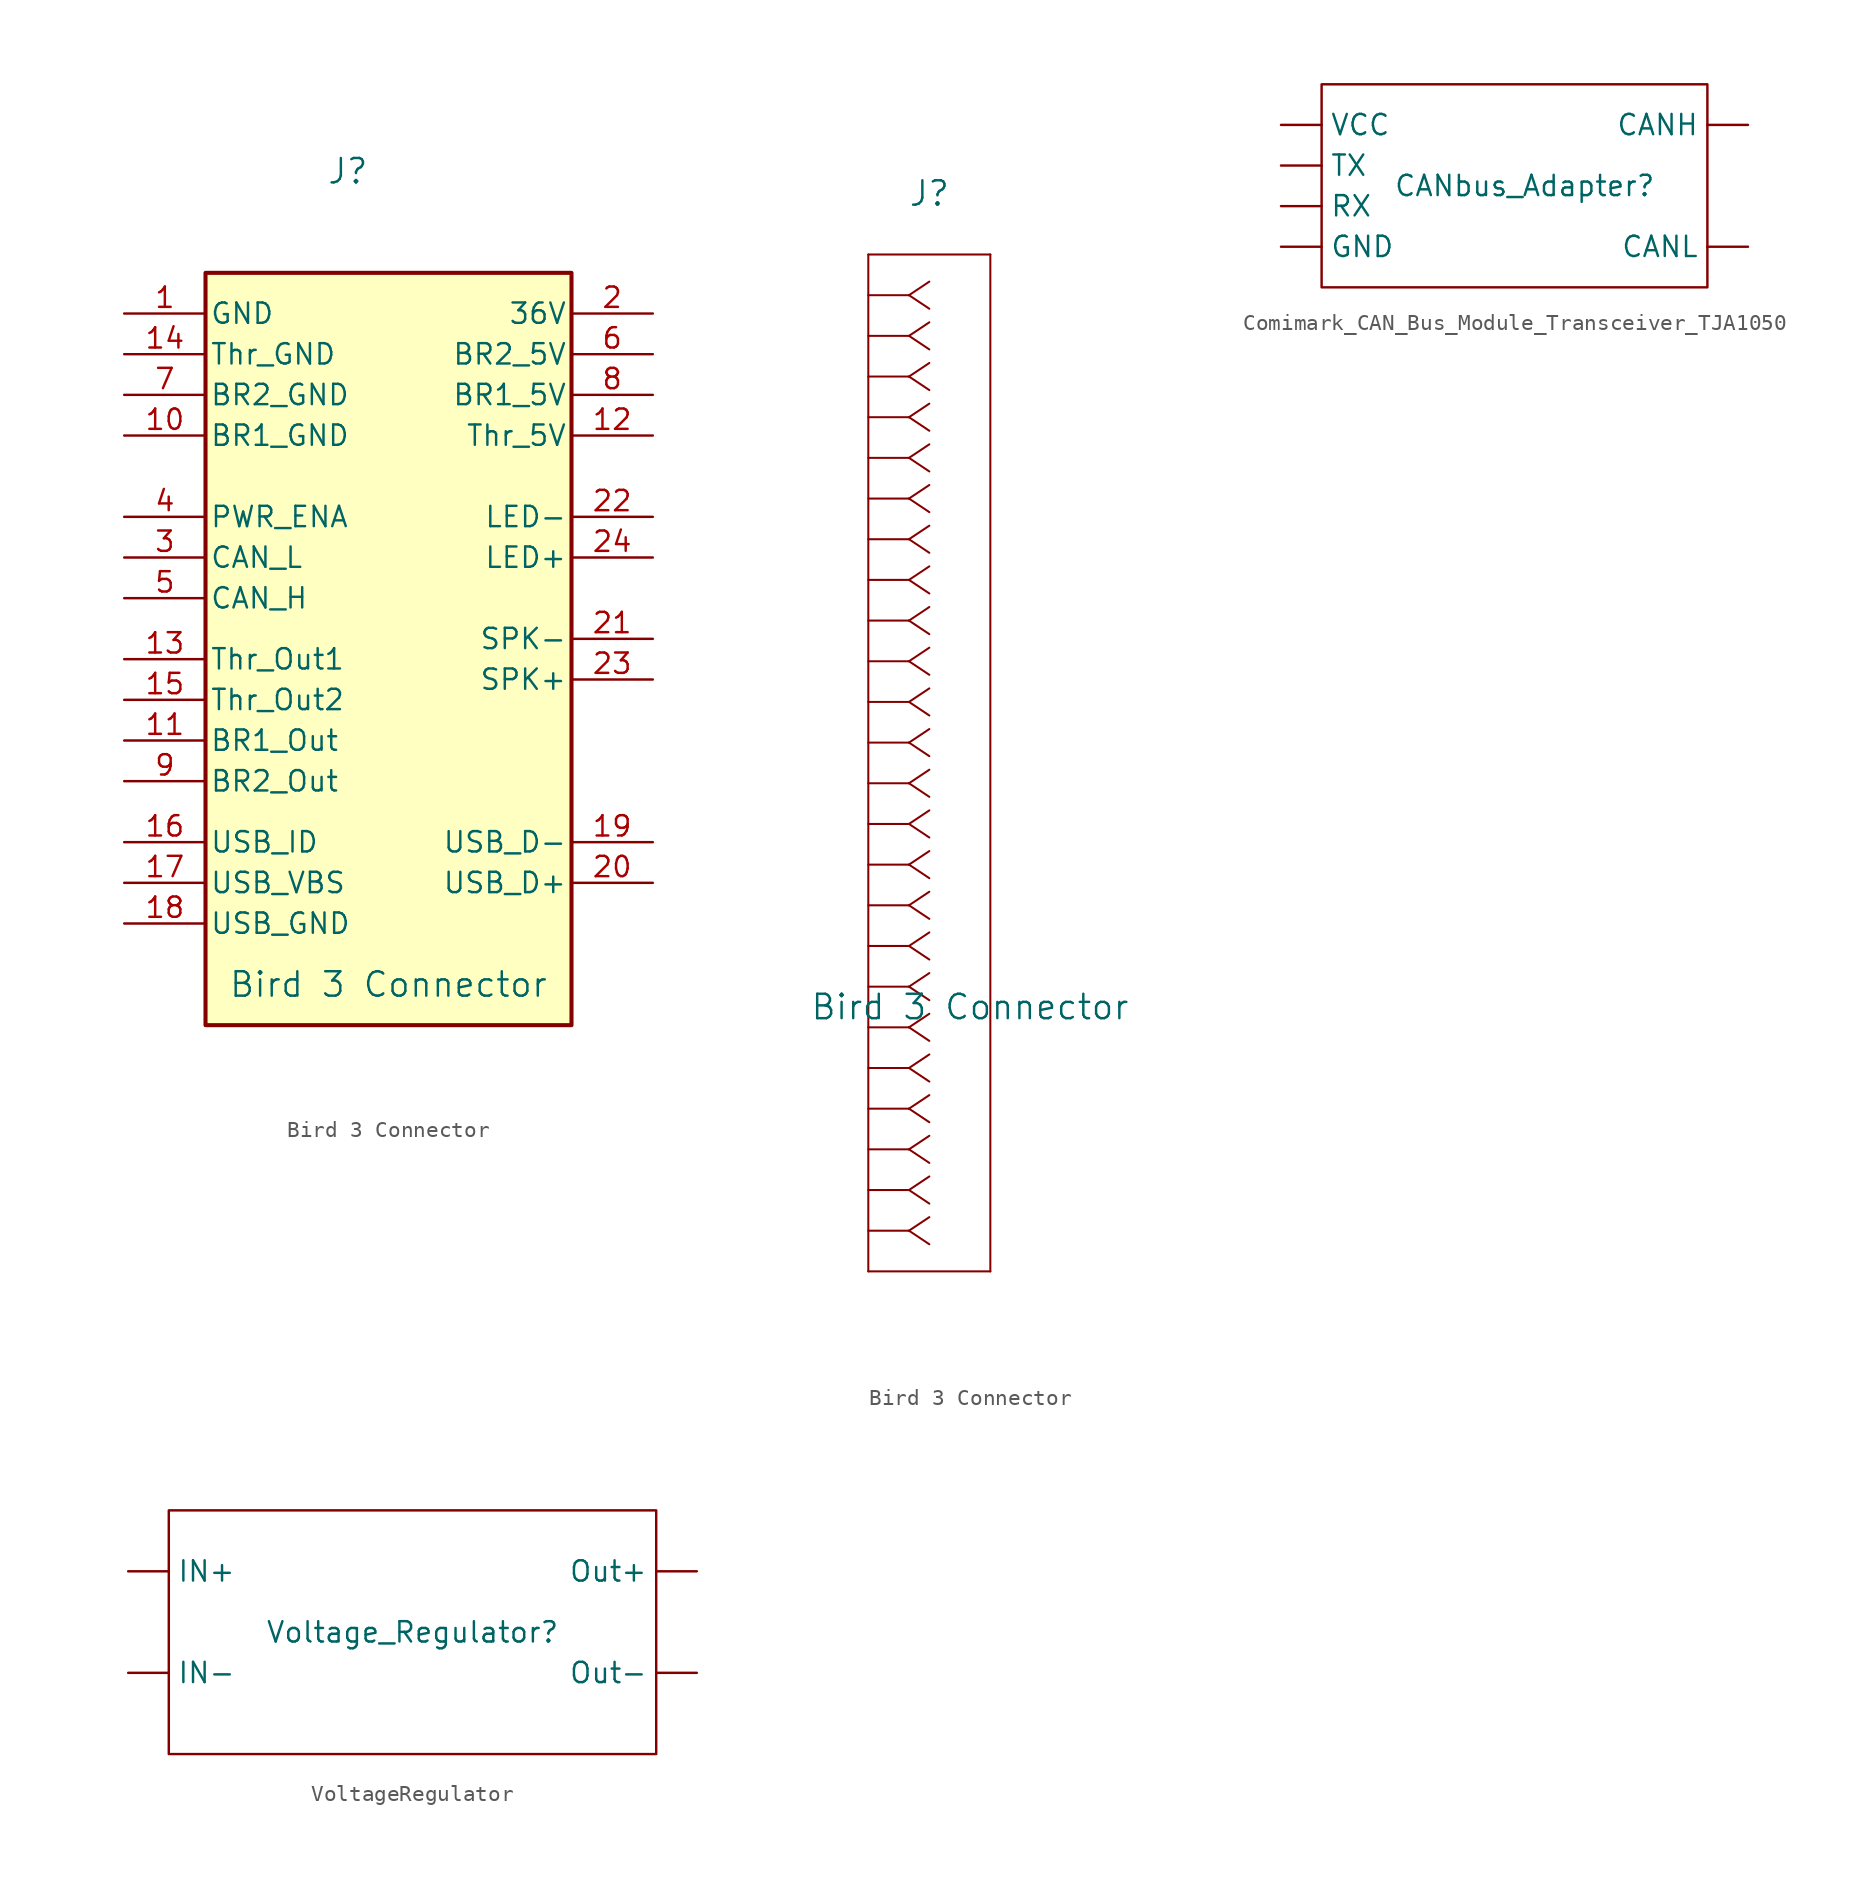
<source format=kicad_sym>
(kicad_symbol_lib
  (version 20220914)
  (generator kicad_symbol_editor)
  (symbol "Bird 3 Connector"
    (pin_names
      (offset 0.254))
    (property "Reference" "J"
      (at 8.89 6.35 0)
      (effects (font (size 1.524 1.524))))
    (property "Value" "Bird 3 Connector"
      (at 11.43 -44.45 0)
      (do_not_autoplace)
      (effects (font (size 1.524 1.524))))
    (property "ki_locked" ""
      (at 0 0 0)
      (effects (font (size 1.27 1.27))))
    (symbol "Bird 3 Connector_1_1"
      (rectangle (start 0 0) (end 22.86 -46.99) (stroke (width 0.254) (type default)) (fill (type background)))
      (pin passive line (at -5.08 -2.54 0) (length 5.08) (name "GND" (effects (font (size 1.27 1.27)))) (number "1" (effects (font (size 1.27 1.27)))))
      (pin unspecified line (at -5.08 -10.16 0) (length 5.08) (name "BR1_GND" (effects (font (size 1.27 1.27)))) (number "10" (effects (font (size 1.27 1.27)))))
      (pin output line (at -5.08 -29.21 0) (length 5.08) (name "BR1_Out" (effects (font (size 1.27 1.27)))) (number "11" (effects (font (size 1.27 1.27)))))
      (pin power_in line (at 27.94 -10.16 180) (length 5.08) (name "Thr_5V" (effects (font (size 1.27 1.27)))) (number "12" (effects (font (size 1.27 1.27)))))
      (pin output line (at -5.08 -24.13 0) (length 5.08) (name "Thr_Out1" (effects (font (size 1.27 1.27)))) (number "13" (effects (font (size 1.27 1.27)))))
      (pin unspecified line (at -5.08 -5.08 0) (length 5.08) (name "Thr_GND" (effects (font (size 1.27 1.27)))) (number "14" (effects (font (size 1.27 1.27)))))
      (pin output line (at -5.08 -26.67 0) (length 5.08) (name "Thr_Out2" (effects (font (size 1.27 1.27)))) (number "15" (effects (font (size 1.27 1.27)))))
      (pin unspecified line (at -5.08 -35.56 0) (length 5.08) (name "USB_ID" (effects (font (size 1.27 1.27)))) (number "16" (effects (font (size 1.27 1.27)))))
      (pin unspecified line (at -5.08 -38.1 0) (length 5.08) (name "USB_VBS" (effects (font (size 1.27 1.27)))) (number "17" (effects (font (size 1.27 1.27)))))
      (pin unspecified line (at -5.08 -40.64 0) (length 5.08) (name "USB_GND" (effects (font (size 1.27 1.27)))) (number "18" (effects (font (size 1.27 1.27)))))
      (pin unspecified line (at 27.94 -35.56 180) (length 5.08) (name "USB_D-" (effects (font (size 1.27 1.27)))) (number "19" (effects (font (size 1.27 1.27)))))
      (pin power_out line (at 27.94 -2.54 180) (length 5.08) (name "36V" (effects (font (size 1.27 1.27)))) (number "2" (effects (font (size 1.27 1.27)))))
      (pin unspecified line (at 27.94 -38.1 180) (length 5.08) (name "USB_D+" (effects (font (size 1.27 1.27)))) (number "20" (effects (font (size 1.27 1.27)))))
      (pin unspecified line (at 27.94 -22.86 180) (length 5.08) (name "SPK-" (effects (font (size 1.27 1.27)))) (number "21" (effects (font (size 1.27 1.27)))))
      (pin passive line (at 27.94 -15.24 180) (length 5.08) (name "LED-" (effects (font (size 1.27 1.27)))) (number "22" (effects (font (size 1.27 1.27)))))
      (pin unspecified line (at 27.94 -25.4 180) (length 5.08) (name "SPK+" (effects (font (size 1.27 1.27)))) (number "23" (effects (font (size 1.27 1.27)))))
      (pin power_out line (at 27.94 -17.78 180) (length 5.08) (name "LED+" (effects (font (size 1.27 1.27)))) (number "24" (effects (font (size 1.27 1.27)))))
      (pin bidirectional line (at -5.08 -17.78 0) (length 5.08) (name "CAN_L" (effects (font (size 1.27 1.27)))) (number "3" (effects (font (size 1.27 1.27)))))
      (pin input line (at -5.08 -15.24 0) (length 5.08) (name "PWR_ENA" (effects (font (size 1.27 1.27)))) (number "4" (effects (font (size 1.27 1.27)))))
      (pin bidirectional line (at -5.08 -20.32 0) (length 5.08) (name "CAN_H" (effects (font (size 1.27 1.27)))) (number "5" (effects (font (size 1.27 1.27)))))
      (pin power_in line (at 27.94 -5.08 180) (length 5.08) (name "BR2_5V" (effects (font (size 1.27 1.27)))) (number "6" (effects (font (size 1.27 1.27)))))
      (pin unspecified line (at -5.08 -7.62 0) (length 5.08) (name "BR2_GND" (effects (font (size 1.27 1.27)))) (number "7" (effects (font (size 1.27 1.27)))))
      (pin power_in line (at 27.94 -7.62 180) (length 5.08) (name "BR1_5V" (effects (font (size 1.27 1.27)))) (number "8" (effects (font (size 1.27 1.27)))))
      (pin output line (at -5.08 -31.75 0) (length 5.08) (name "BR2_Out" (effects (font (size 1.27 1.27)))) (number "9" (effects (font (size 1.27 1.27))))))
    (symbol "Bird 3 Connector_1_2"
      (polyline (pts (xy 5.08 -60.96) (xy 12.7 -60.96)) (stroke (width 0.127) (type default)) (fill (type none)))
      (polyline (pts (xy 5.08 2.54) (xy 5.08 -60.96)) (stroke (width 0.127) (type default)) (fill (type none)))
      (polyline (pts (xy 7.62 -58.42) (xy 5.08 -58.42)) (stroke (width 0.127) (type default)) (fill (type none)))
      (polyline (pts (xy 7.62 -58.42) (xy 8.89 -59.267)) (stroke (width 0.127) (type default)) (fill (type none)))
      (polyline (pts (xy 7.62 -58.42) (xy 8.89 -57.573)) (stroke (width 0.127) (type default)) (fill (type none)))
      (polyline (pts (xy 7.62 -55.88) (xy 5.08 -55.88)) (stroke (width 0.127) (type default)) (fill (type none)))
      (polyline (pts (xy 7.62 -55.88) (xy 8.89 -56.727)) (stroke (width 0.127) (type default)) (fill (type none)))
      (polyline (pts (xy 7.62 -55.88) (xy 8.89 -55.033)) (stroke (width 0.127) (type default)) (fill (type none)))
      (polyline (pts (xy 7.62 -53.34) (xy 5.08 -53.34)) (stroke (width 0.127) (type default)) (fill (type none)))
      (polyline (pts (xy 7.62 -53.34) (xy 8.89 -54.187)) (stroke (width 0.127) (type default)) (fill (type none)))
      (polyline (pts (xy 7.62 -53.34) (xy 8.89 -52.493)) (stroke (width 0.127) (type default)) (fill (type none)))
      (polyline (pts (xy 7.62 -50.8) (xy 5.08 -50.8)) (stroke (width 0.127) (type default)) (fill (type none)))
      (polyline (pts (xy 7.62 -50.8) (xy 8.89 -51.647)) (stroke (width 0.127) (type default)) (fill (type none)))
      (polyline (pts (xy 7.62 -50.8) (xy 8.89 -49.953)) (stroke (width 0.127) (type default)) (fill (type none)))
      (polyline (pts (xy 7.62 -48.26) (xy 5.08 -48.26)) (stroke (width 0.127) (type default)) (fill (type none)))
      (polyline (pts (xy 7.62 -48.26) (xy 8.89 -49.107)) (stroke (width 0.127) (type default)) (fill (type none)))
      (polyline (pts (xy 7.62 -48.26) (xy 8.89 -47.413)) (stroke (width 0.127) (type default)) (fill (type none)))
      (polyline (pts (xy 7.62 -45.72) (xy 5.08 -45.72)) (stroke (width 0.127) (type default)) (fill (type none)))
      (polyline (pts (xy 7.62 -45.72) (xy 8.89 -46.567)) (stroke (width 0.127) (type default)) (fill (type none)))
      (polyline (pts (xy 7.62 -45.72) (xy 8.89 -44.873)) (stroke (width 0.127) (type default)) (fill (type none)))
      (polyline (pts (xy 7.62 -43.18) (xy 5.08 -43.18)) (stroke (width 0.127) (type default)) (fill (type none)))
      (polyline (pts (xy 7.62 -43.18) (xy 8.89 -44.027)) (stroke (width 0.127) (type default)) (fill (type none)))
      (polyline (pts (xy 7.62 -43.18) (xy 8.89 -42.333)) (stroke (width 0.127) (type default)) (fill (type none)))
      (polyline (pts (xy 7.62 -40.64) (xy 5.08 -40.64)) (stroke (width 0.127) (type default)) (fill (type none)))
      (polyline (pts (xy 7.62 -40.64) (xy 8.89 -41.487)) (stroke (width 0.127) (type default)) (fill (type none)))
      (polyline (pts (xy 7.62 -40.64) (xy 8.89 -39.793)) (stroke (width 0.127) (type default)) (fill (type none)))
      (polyline (pts (xy 7.62 -38.1) (xy 5.08 -38.1)) (stroke (width 0.127) (type default)) (fill (type none)))
      (polyline (pts (xy 7.62 -38.1) (xy 8.89 -38.947)) (stroke (width 0.127) (type default)) (fill (type none)))
      (polyline (pts (xy 7.62 -38.1) (xy 8.89 -37.253)) (stroke (width 0.127) (type default)) (fill (type none)))
      (polyline (pts (xy 7.62 -35.56) (xy 5.08 -35.56)) (stroke (width 0.127) (type default)) (fill (type none)))
      (polyline (pts (xy 7.62 -35.56) (xy 8.89 -36.407)) (stroke (width 0.127) (type default)) (fill (type none)))
      (polyline (pts (xy 7.62 -35.56) (xy 8.89 -34.713)) (stroke (width 0.127) (type default)) (fill (type none)))
      (polyline (pts (xy 7.62 -33.02) (xy 5.08 -33.02)) (stroke (width 0.127) (type default)) (fill (type none)))
      (polyline (pts (xy 7.62 -33.02) (xy 8.89 -33.867)) (stroke (width 0.127) (type default)) (fill (type none)))
      (polyline (pts (xy 7.62 -33.02) (xy 8.89 -32.173)) (stroke (width 0.127) (type default)) (fill (type none)))
      (polyline (pts (xy 7.62 -30.48) (xy 5.08 -30.48)) (stroke (width 0.127) (type default)) (fill (type none)))
      (polyline (pts (xy 7.62 -30.48) (xy 8.89 -31.327)) (stroke (width 0.127) (type default)) (fill (type none)))
      (polyline (pts (xy 7.62 -30.48) (xy 8.89 -29.633)) (stroke (width 0.127) (type default)) (fill (type none)))
      (polyline (pts (xy 7.62 -27.94) (xy 5.08 -27.94)) (stroke (width 0.127) (type default)) (fill (type none)))
      (polyline (pts (xy 7.62 -27.94) (xy 8.89 -28.787)) (stroke (width 0.127) (type default)) (fill (type none)))
      (polyline (pts (xy 7.62 -27.94) (xy 8.89 -27.093)) (stroke (width 0.127) (type default)) (fill (type none)))
      (polyline (pts (xy 7.62 -25.4) (xy 5.08 -25.4)) (stroke (width 0.127) (type default)) (fill (type none)))
      (polyline (pts (xy 7.62 -25.4) (xy 8.89 -26.247)) (stroke (width 0.127) (type default)) (fill (type none)))
      (polyline (pts (xy 7.62 -25.4) (xy 8.89 -24.553)) (stroke (width 0.127) (type default)) (fill (type none)))
      (polyline (pts (xy 7.62 -22.86) (xy 5.08 -22.86)) (stroke (width 0.127) (type default)) (fill (type none)))
      (polyline (pts (xy 7.62 -22.86) (xy 8.89 -23.707)) (stroke (width 0.127) (type default)) (fill (type none)))
      (polyline (pts (xy 7.62 -22.86) (xy 8.89 -22.013)) (stroke (width 0.127) (type default)) (fill (type none)))
      (polyline (pts (xy 7.62 -20.32) (xy 5.08 -20.32)) (stroke (width 0.127) (type default)) (fill (type none)))
      (polyline (pts (xy 7.62 -20.32) (xy 8.89 -21.167)) (stroke (width 0.127) (type default)) (fill (type none)))
      (polyline (pts (xy 7.62 -20.32) (xy 8.89 -19.473)) (stroke (width 0.127) (type default)) (fill (type none)))
      (polyline (pts (xy 7.62 -17.78) (xy 5.08 -17.78)) (stroke (width 0.127) (type default)) (fill (type none)))
      (polyline (pts (xy 7.62 -17.78) (xy 8.89 -18.627)) (stroke (width 0.127) (type default)) (fill (type none)))
      (polyline (pts (xy 7.62 -17.78) (xy 8.89 -16.933)) (stroke (width 0.127) (type default)) (fill (type none)))
      (polyline (pts (xy 7.62 -15.24) (xy 5.08 -15.24)) (stroke (width 0.127) (type default)) (fill (type none)))
      (polyline (pts (xy 7.62 -15.24) (xy 8.89 -16.087)) (stroke (width 0.127) (type default)) (fill (type none)))
      (polyline (pts (xy 7.62 -15.24) (xy 8.89 -14.393)) (stroke (width 0.127) (type default)) (fill (type none)))
      (polyline (pts (xy 7.62 -12.7) (xy 5.08 -12.7)) (stroke (width 0.127) (type default)) (fill (type none)))
      (polyline (pts (xy 7.62 -12.7) (xy 8.89 -13.547)) (stroke (width 0.127) (type default)) (fill (type none)))
      (polyline (pts (xy 7.62 -12.7) (xy 8.89 -11.853)) (stroke (width 0.127) (type default)) (fill (type none)))
      (polyline (pts (xy 7.62 -10.16) (xy 5.08 -10.16)) (stroke (width 0.127) (type default)) (fill (type none)))
      (polyline (pts (xy 7.62 -10.16) (xy 8.89 -11.007)) (stroke (width 0.127) (type default)) (fill (type none)))
      (polyline (pts (xy 7.62 -10.16) (xy 8.89 -9.313)) (stroke (width 0.127) (type default)) (fill (type none)))
      (polyline (pts (xy 7.62 -7.62) (xy 5.08 -7.62)) (stroke (width 0.127) (type default)) (fill (type none)))
      (polyline (pts (xy 7.62 -7.62) (xy 8.89 -8.467)) (stroke (width 0.127) (type default)) (fill (type none)))
      (polyline (pts (xy 7.62 -7.62) (xy 8.89 -6.773)) (stroke (width 0.127) (type default)) (fill (type none)))
      (polyline (pts (xy 7.62 -5.08) (xy 5.08 -5.08)) (stroke (width 0.127) (type default)) (fill (type none)))
      (polyline (pts (xy 7.62 -5.08) (xy 8.89 -5.927)) (stroke (width 0.127) (type default)) (fill (type none)))
      (polyline (pts (xy 7.62 -5.08) (xy 8.89 -4.233)) (stroke (width 0.127) (type default)) (fill (type none)))
      (polyline (pts (xy 7.62 -2.54) (xy 5.08 -2.54)) (stroke (width 0.127) (type default)) (fill (type none)))
      (polyline (pts (xy 7.62 -2.54) (xy 8.89 -3.387)) (stroke (width 0.127) (type default)) (fill (type none)))
      (polyline (pts (xy 7.62 -2.54) (xy 8.89 -1.693)) (stroke (width 0.127) (type default)) (fill (type none)))
      (polyline (pts (xy 7.62 0) (xy 5.08 0)) (stroke (width 0.127) (type default)) (fill (type none)))
      (polyline (pts (xy 7.62 0) (xy 8.89 -0.847)) (stroke (width 0.127) (type default)) (fill (type none)))
      (polyline (pts (xy 7.62 0) (xy 8.89 0.847)) (stroke (width 0.127) (type default)) (fill (type none)))
      (polyline (pts (xy 12.7 -60.96) (xy 12.7 2.54)) (stroke (width 0.127) (type default)) (fill (type none)))
      (polyline (pts (xy 12.7 2.54) (xy 5.08 2.54)) (stroke (width 0.127) (type default)) (fill (type none)))))
  (symbol "Comimark_CAN_Bus_Module_Transceiver_TJA1050"
    (property "Reference" "CANbus_Adapter"
      (at 0 0 0)
      (effects (font (size 1.27 1.27))))
    (property "Value" ""
      (at 0 0 0)
      (effects (font (size 1.27 1.27))))
    (symbol "Comimark_CAN_Bus_Module_Transceiver_TJA1050_0_1"
      (rectangle (start -12.7 6.35) (end 11.43 -6.35) (stroke (width 0) (type default)) (fill (type none))))
    (symbol "Comimark_CAN_Bus_Module_Transceiver_TJA1050_1_1"
      (pin bidirectional line (at 13.97 3.81 180) (length 2.54) (name "CANH" (effects (font (size 1.27 1.27)))) (number "" (effects (font (size 1.27 1.27)))))
      (pin bidirectional line (at 13.97 -3.81 180) (length 2.54) (name "CANL" (effects (font (size 1.27 1.27)))) (number "" (effects (font (size 1.27 1.27)))))
      (pin power_in line (at -15.24 -3.81 0) (length 2.54) (name "GND" (effects (font (size 1.27 1.27)))) (number "" (effects (font (size 1.27 1.27)))))
      (pin output line (at -15.24 -1.27 0) (length 2.54) (name "RX" (effects (font (size 1.27 1.27)))) (number "" (effects (font (size 1.27 1.27)))))
      (pin input line (at -15.24 1.27 0) (length 2.54) (name "TX" (effects (font (size 1.27 1.27)))) (number "" (effects (font (size 1.27 1.27)))))
      (pin power_in line (at -15.24 3.81 0) (length 2.54) (name "VCC" (effects (font (size 1.27 1.27)))) (number "" (effects (font (size 1.27 1.27)))))))
  (symbol "VoltageRegulator"
    (property "Reference" "Voltage_Regulator"
      (at 0 0 0)
      (effects (font (size 1.27 1.27))))
    (property "Value" ""
      (at 0 0 0)
      (effects (font (size 1.27 1.27))))
    (symbol "VoltageRegulator_0_1"
      (rectangle (start -15.24 7.62) (end 15.24 -7.62) (stroke (width 0) (type default)) (fill (type none))))
    (symbol "VoltageRegulator_1_1"
      (pin power_in line (at -17.78 3.81 0) (length 2.54) (name "IN+" (effects (font (size 1.27 1.27)))) (number "" (effects (font (size 1.27 1.27)))))
      (pin power_in line (at -17.78 -2.54 0) (length 2.54) (name "IN-" (effects (font (size 1.27 1.27)))) (number "" (effects (font (size 1.27 1.27)))))
      (pin power_in line (at 17.78 3.81 180) (length 2.54) (name "Out+" (effects (font (size 1.27 1.27)))) (number "" (effects (font (size 1.27 1.27)))))
      (pin power_in line (at 17.78 -2.54 180) (length 2.54) (name "Out-" (effects (font (size 1.27 1.27)))) (number "" (effects (font (size 1.27 1.27))))))))
</source>
